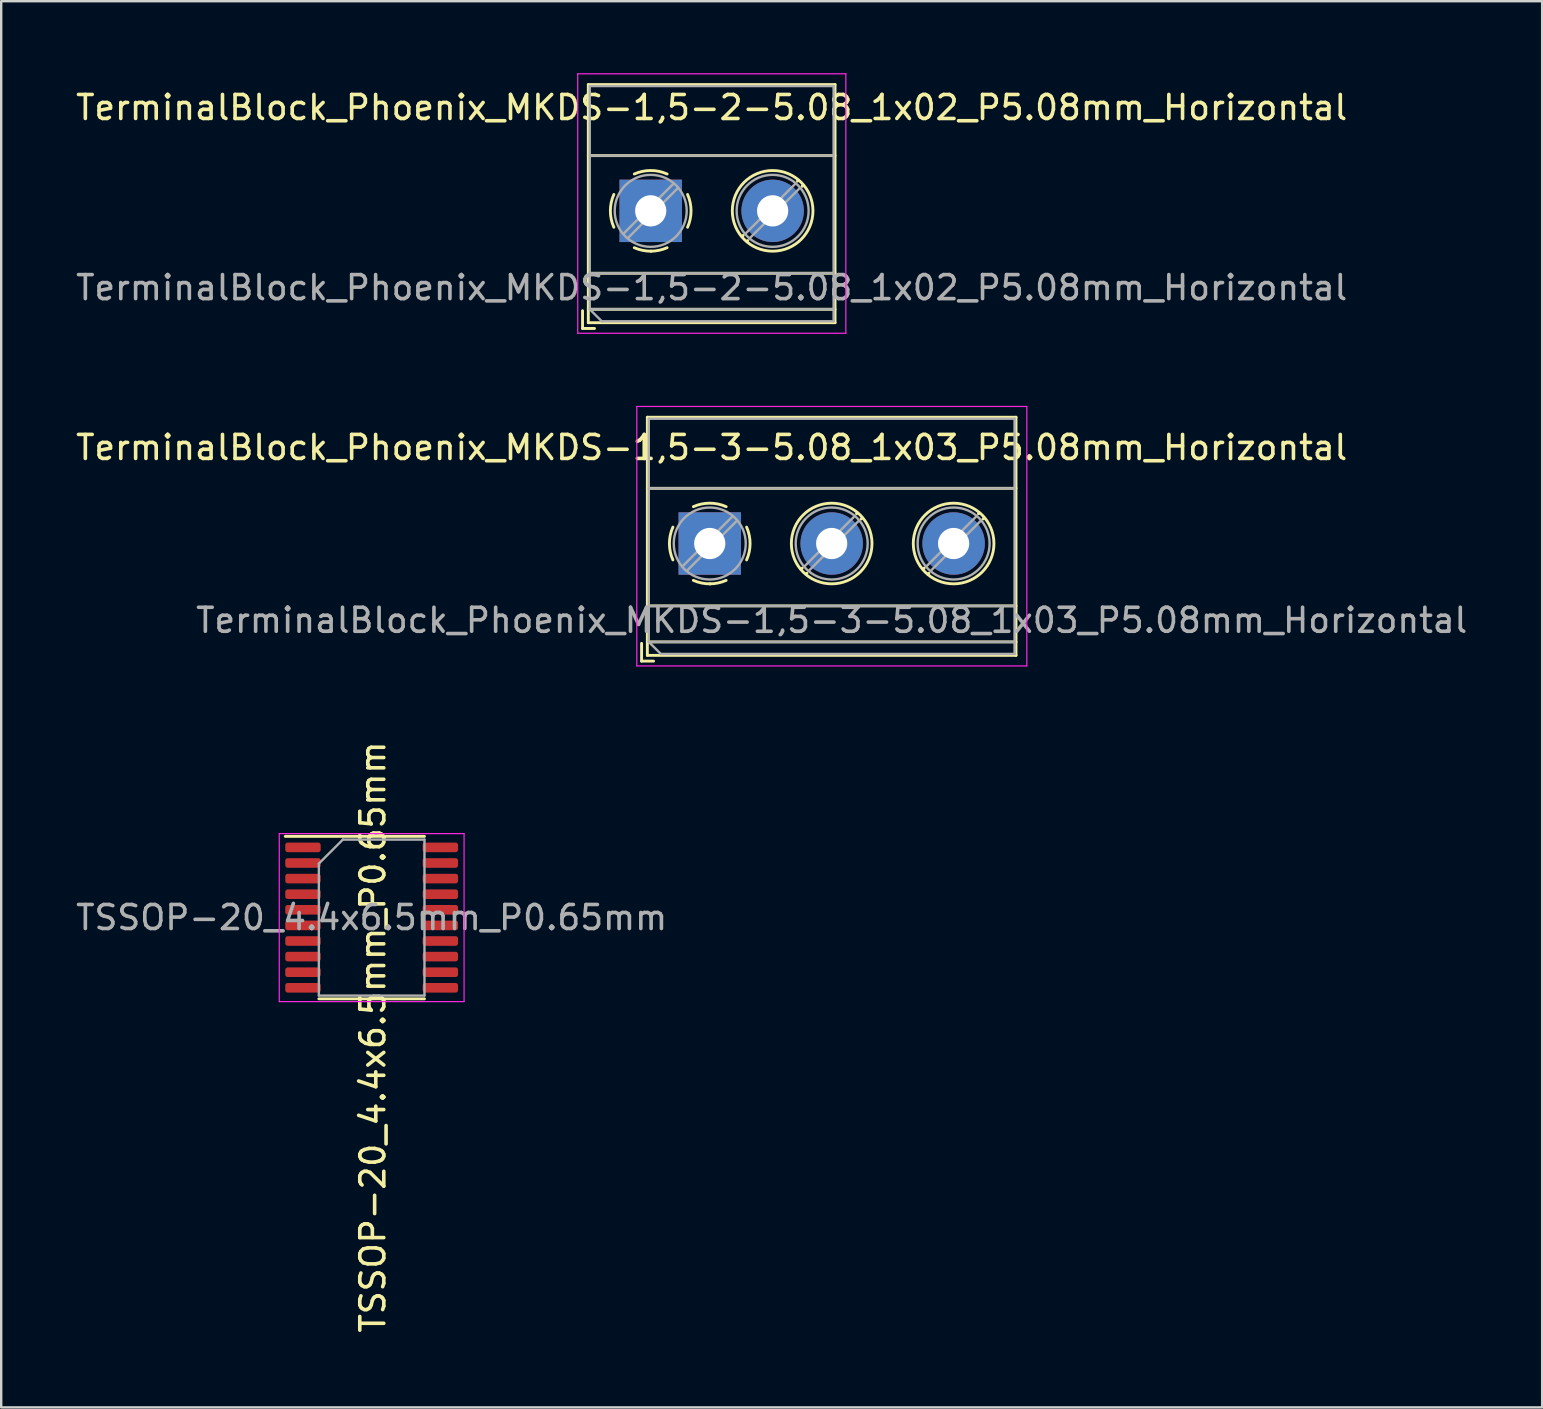
<source format=kicad_pcb>
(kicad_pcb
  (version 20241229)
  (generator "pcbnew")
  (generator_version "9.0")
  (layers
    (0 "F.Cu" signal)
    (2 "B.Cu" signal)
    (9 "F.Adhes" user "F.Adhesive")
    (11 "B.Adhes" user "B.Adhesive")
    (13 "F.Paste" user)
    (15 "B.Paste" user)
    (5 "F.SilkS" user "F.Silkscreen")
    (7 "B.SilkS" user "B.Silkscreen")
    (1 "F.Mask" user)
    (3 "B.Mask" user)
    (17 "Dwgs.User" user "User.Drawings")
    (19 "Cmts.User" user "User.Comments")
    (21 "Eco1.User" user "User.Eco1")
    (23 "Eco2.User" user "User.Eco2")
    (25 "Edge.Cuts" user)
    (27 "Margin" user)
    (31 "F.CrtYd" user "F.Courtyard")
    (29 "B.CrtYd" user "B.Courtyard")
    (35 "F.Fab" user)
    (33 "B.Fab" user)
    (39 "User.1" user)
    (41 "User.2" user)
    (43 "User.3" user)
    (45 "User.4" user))
  (footprint "TSSOP-20_4.4x6.5mm_P0.65mm"
    (layer "F.Cu")
    (at 12.435 35.18)
    (property "Reference" "TSSOP-20_4.4x6.5mm_P0.65mm" (at 0.05 4.975 90) (layer "F.SilkS") (effects (font (size 1 1) (thickness 0.15))))
    (attr smd)
    (fp_line (start 0 -3.385) (end -3.6 -3.385) (stroke (width 0.12) (type solid)) (layer "F.SilkS"))
    (fp_line (start 0 -3.385) (end 2.2 -3.385) (stroke (width 0.12) (type solid)) (layer "F.SilkS"))
    (fp_line (start 0 3.385) (end -2.2 3.385) (stroke (width 0.12) (type solid)) (layer "F.SilkS"))
    (fp_line (start 0 3.385) (end 2.2 3.385) (stroke (width 0.12) (type solid)) (layer "F.SilkS"))
    (fp_line (start -3.85 -3.5) (end -3.85 3.5) (stroke (width 0.05) (type solid)) (layer "F.CrtYd"))
    (fp_line (start -3.85 3.5) (end 3.85 3.5) (stroke (width 0.05) (type solid)) (layer "F.CrtYd"))
    (fp_line (start 3.85 -3.5) (end -3.85 -3.5) (stroke (width 0.05) (type solid)) (layer "F.CrtYd"))
    (fp_line (start 3.85 3.5) (end 3.85 -3.5) (stroke (width 0.05) (type solid)) (layer "F.CrtYd"))
    (fp_line (start -2.2 -2.25) (end -1.2 -3.25) (stroke (width 0.1) (type solid)) (layer "F.Fab"))
    (fp_line (start -2.2 3.25) (end -2.2 -2.25) (stroke (width 0.1) (type solid)) (layer "F.Fab"))
    (fp_line (start -1.2 -3.25) (end 2.2 -3.25) (stroke (width 0.1) (type solid)) (layer "F.Fab"))
    (fp_line (start 2.2 -3.25) (end 2.2 3.25) (stroke (width 0.1) (type solid)) (layer "F.Fab"))
    (fp_line (start 2.2 3.25) (end -2.2 3.25) (stroke (width 0.1) (type solid)) (layer "F.Fab"))
    (fp_text user "${REFERENCE}" (at 0 0 0) (layer "F.Fab") (effects (font (size 1 1) (thickness 0.15))))
    (pad "1" smd roundrect (at -2.862 -2.925 180) (size 1.475 0.4) (layers "F.Cu" "F.Mask" "F.Paste") (roundrect_rratio 0.25))
    (pad "2" smd roundrect (at -2.862 -2.275 180) (size 1.475 0.4) (layers "F.Cu" "F.Mask" "F.Paste") (roundrect_rratio 0.25))
    (pad "3" smd roundrect (at -2.862 -1.625 180) (size 1.475 0.4) (layers "F.Cu" "F.Mask" "F.Paste") (roundrect_rratio 0.25))
    (pad "4" smd roundrect (at -2.862 -0.975 180) (size 1.475 0.4) (layers "F.Cu" "F.Mask" "F.Paste") (roundrect_rratio 0.25))
    (pad "5" smd roundrect (at -2.862 -0.325 180) (size 1.475 0.4) (layers "F.Cu" "F.Mask" "F.Paste") (roundrect_rratio 0.25))
    (pad "6" smd roundrect (at -2.862 0.325 180) (size 1.475 0.4) (layers "F.Cu" "F.Mask" "F.Paste") (roundrect_rratio 0.25))
    (pad "7" smd roundrect (at -2.862 0.975 180) (size 1.475 0.4) (layers "F.Cu" "F.Mask" "F.Paste") (roundrect_rratio 0.25))
    (pad "8" smd roundrect (at -2.862 1.625 180) (size 1.475 0.4) (layers "F.Cu" "F.Mask" "F.Paste") (roundrect_rratio 0.25))
    (pad "9" smd roundrect (at -2.862 2.275 180) (size 1.475 0.4) (layers "F.Cu" "F.Mask" "F.Paste") (roundrect_rratio 0.25))
    (pad "10" smd roundrect (at -2.862 2.925 180) (size 1.475 0.4) (layers "F.Cu" "F.Mask" "F.Paste") (roundrect_rratio 0.25))
    (pad "11" smd roundrect (at 2.862 2.925 180) (size 1.475 0.4) (layers "F.Cu" "F.Mask" "F.Paste") (roundrect_rratio 0.25))
    (pad "12" smd roundrect (at 2.862 2.275 180) (size 1.475 0.4) (layers "F.Cu" "F.Mask" "F.Paste") (roundrect_rratio 0.25))
    (pad "13" smd roundrect (at 2.862 1.625 180) (size 1.475 0.4) (layers "F.Cu" "F.Mask" "F.Paste") (roundrect_rratio 0.25))
    (pad "14" smd roundrect (at 2.862 0.975 180) (size 1.475 0.4) (layers "F.Cu" "F.Mask" "F.Paste") (roundrect_rratio 0.25))
    (pad "15" smd roundrect (at 2.862 0.325 180) (size 1.475 0.4) (layers "F.Cu" "F.Mask" "F.Paste") (roundrect_rratio 0.25))
    (pad "16" smd roundrect (at 2.862 -0.325 180) (size 1.475 0.4) (layers "F.Cu" "F.Mask" "F.Paste") (roundrect_rratio 0.25))
    (pad "17" smd roundrect (at 2.862 -0.975 180) (size 1.475 0.4) (layers "F.Cu" "F.Mask" "F.Paste") (roundrect_rratio 0.25))
    (pad "18" smd roundrect (at 2.862 -1.625 180) (size 1.475 0.4) (layers "F.Cu" "F.Mask" "F.Paste") (roundrect_rratio 0.25))
    (pad "19" smd roundrect (at 2.862 -2.275 180) (size 1.475 0.4) (layers "F.Cu" "F.Mask" "F.Paste") (roundrect_rratio 0.25))
    (pad "20" smd roundrect (at 2.862 -2.925 180) (size 1.475 0.4) (layers "F.Cu" "F.Mask" "F.Paste") (roundrect_rratio 0.25)))
  (footprint "TerminalBlock_Phoenix_MKDS-1,5-3-5.08_1x03_P5.08mm_Horizontal"
    (layer "F.Cu")
    (at 26.521 19.595)
    (property "Reference" "TerminalBlock_Phoenix_MKDS-1,5-3-5.08_1x03_P5.08mm_Horizontal" (at 0.08 -4 0) (layer "F.SilkS") (effects (font (size 1 1) (thickness 0.15))))
    (attr through_hole)
    (fp_line (start -2.84 4.16) (end -2.84 4.9) (stroke (width 0.12) (type solid)) (layer "F.SilkS"))
    (fp_line (start -2.84 4.9) (end -2.34 4.9) (stroke (width 0.12) (type solid)) (layer "F.SilkS"))
    (fp_line (start -2.6 -5.261) (end -2.6 4.66) (stroke (width 0.12) (type solid)) (layer "F.SilkS"))
    (fp_line (start -2.6 -5.261) (end 12.76 -5.261) (stroke (width 0.12) (type solid)) (layer "F.SilkS"))
    (fp_line (start -2.6 -2.301) (end 12.76 -2.301) (stroke (width 0.12) (type solid)) (layer "F.SilkS"))
    (fp_line (start -2.6 2.6) (end 12.76 2.6) (stroke (width 0.12) (type solid)) (layer "F.SilkS"))
    (fp_line (start -2.6 4.1) (end 12.76 4.1) (stroke (width 0.12) (type solid)) (layer "F.SilkS"))
    (fp_line (start -2.6 4.66) (end 12.76 4.66) (stroke (width 0.12) (type solid)) (layer "F.SilkS"))
    (fp_line (start 3.853 1.023) (end 3.806 1.069) (stroke (width 0.12) (type solid)) (layer "F.SilkS"))
    (fp_line (start 4.046 1.239) (end 4.011 1.274) (stroke (width 0.12) (type solid)) (layer "F.SilkS"))
    (fp_line (start 6.15 -1.275) (end 6.115 -1.239) (stroke (width 0.12) (type solid)) (layer "F.SilkS"))
    (fp_line (start 6.355 -1.069) (end 6.308 -1.023) (stroke (width 0.12) (type solid)) (layer "F.SilkS"))
    (fp_line (start 8.933 1.023) (end 8.886 1.069) (stroke (width 0.12) (type solid)) (layer "F.SilkS"))
    (fp_line (start 9.126 1.239) (end 9.091 1.274) (stroke (width 0.12) (type solid)) (layer "F.SilkS"))
    (fp_line (start 11.23 -1.275) (end 11.195 -1.239) (stroke (width 0.12) (type solid)) (layer "F.SilkS"))
    (fp_line (start 11.435 -1.069) (end 11.388 -1.023) (stroke (width 0.12) (type solid)) (layer "F.SilkS"))
    (fp_line (start 12.76 -5.261) (end 12.76 4.66) (stroke (width 0.12) (type solid)) (layer "F.SilkS"))
    (fp_arc (start -1.535427 0.683042) (mid -1.680501 -0.000524) (end -1.535 -0.684) (stroke (width 0.12) (type solid)) (layer "F.SilkS"))
    (fp_arc (start -0.683042 -1.535427) (mid 0.000524 -1.680501) (end 0.684 -1.535) (stroke (width 0.12) (type solid)) (layer "F.SilkS"))
    (fp_arc (start 0.028805 1.680253) (mid -0.335551 1.646659) (end -0.684 1.535) (stroke (width 0.12) (type solid)) (layer "F.SilkS"))
    (fp_arc (start 0.683318 1.534756) (mid 0.349292 1.643288) (end 0 1.68) (stroke (width 0.12) (type solid)) (layer "F.SilkS"))
    (fp_arc (start 1.535427 -0.683042) (mid 1.680501 0.000524) (end 1.535 0.684) (stroke (width 0.12) (type solid)) (layer "F.SilkS"))
    (fp_circle (center 5.08 0) (end 6.76 0) (stroke (width 0.12) (type solid)) (fill no) (layer "F.SilkS"))
    (fp_circle (center 10.16 0) (end 11.84 0) (stroke (width 0.12) (type solid)) (fill no) (layer "F.SilkS"))
    (fp_line (start -3.04 -5.71) (end -3.04 5.1) (stroke (width 0.05) (type solid)) (layer "F.CrtYd"))
    (fp_line (start -3.04 5.1) (end 13.21 5.1) (stroke (width 0.05) (type solid)) (layer "F.CrtYd"))
    (fp_line (start 13.21 -5.71) (end -3.04 -5.71) (stroke (width 0.05) (type solid)) (layer "F.CrtYd"))
    (fp_line (start 13.21 5.1) (end 13.21 -5.71) (stroke (width 0.05) (type solid)) (layer "F.CrtYd"))
    (fp_line (start -2.54 -5.2) (end 12.7 -5.2) (stroke (width 0.1) (type solid)) (layer "F.Fab"))
    (fp_line (start -2.54 -2.3) (end 12.7 -2.3) (stroke (width 0.1) (type solid)) (layer "F.Fab"))
    (fp_line (start -2.54 2.6) (end 12.7 2.6) (stroke (width 0.1) (type solid)) (layer "F.Fab"))
    (fp_line (start -2.54 4.1) (end -2.54 -5.2) (stroke (width 0.1) (type solid)) (layer "F.Fab"))
    (fp_line (start -2.54 4.1) (end 12.7 4.1) (stroke (width 0.1) (type solid)) (layer "F.Fab"))
    (fp_line (start -2.04 4.6) (end -2.54 4.1) (stroke (width 0.1) (type solid)) (layer "F.Fab"))
    (fp_line (start 0.955 -1.138) (end -1.138 0.955) (stroke (width 0.1) (type solid)) (layer "F.Fab"))
    (fp_line (start 1.138 -0.955) (end -0.955 1.138) (stroke (width 0.1) (type solid)) (layer "F.Fab"))
    (fp_line (start 6.035 -1.138) (end 3.943 0.955) (stroke (width 0.1) (type solid)) (layer "F.Fab"))
    (fp_line (start 6.218 -0.955) (end 4.126 1.138) (stroke (width 0.1) (type solid)) (layer "F.Fab"))
    (fp_line (start 11.115 -1.138) (end 9.023 0.955) (stroke (width 0.1) (type solid)) (layer "F.Fab"))
    (fp_line (start 11.298 -0.955) (end 9.206 1.138) (stroke (width 0.1) (type solid)) (layer "F.Fab"))
    (fp_line (start 12.7 -5.2) (end 12.7 4.6) (stroke (width 0.1) (type solid)) (layer "F.Fab"))
    (fp_line (start 12.7 4.6) (end -2.04 4.6) (stroke (width 0.1) (type solid)) (layer "F.Fab"))
    (fp_circle (center 0 0) (end 1.5 0) (stroke (width 0.1) (type solid)) (fill no) (layer "F.Fab"))
    (fp_circle (center 5.08 0) (end 6.58 0) (stroke (width 0.1) (type solid)) (fill no) (layer "F.Fab"))
    (fp_circle (center 10.16 0) (end 11.66 0) (stroke (width 0.1) (type solid)) (fill no) (layer "F.Fab"))
    (fp_text user "${REFERENCE}" (at 5.08 3.2 0) (layer "F.Fab") (effects (font (size 1 1) (thickness 0.15))))
    (pad "1" thru_hole rect (at 0 0) (size 2.6 2.6) (drill 1.3) (layers "*.Cu" "*.Mask"))
    (pad "2" thru_hole circle (at 5.08 0) (size 2.6 2.6) (drill 1.3) (layers "*.Cu" "*.Mask"))
    (pad "3" thru_hole circle (at 10.16 0) (size 2.6 2.6) (drill 1.3) (layers "*.Cu" "*.Mask")))
  (footprint "TerminalBlock_Phoenix_MKDS-1,5-2-5.08_1x02_P5.08mm_Horizontal"
    (layer "F.Cu")
    (at 24.061 5.735)
    (property "Reference" "TerminalBlock_Phoenix_MKDS-1,5-2-5.08_1x02_P5.08mm_Horizontal" (at 2.54 -4.305 0) (layer "F.SilkS") (effects (font (size 1 1) (thickness 0.15))))
    (attr through_hole)
    (fp_line (start -2.84 4.16) (end -2.84 4.9) (stroke (width 0.12) (type solid)) (layer "F.SilkS"))
    (fp_line (start -2.84 4.9) (end -2.34 4.9) (stroke (width 0.12) (type solid)) (layer "F.SilkS"))
    (fp_line (start -2.6 -5.261) (end -2.6 4.66) (stroke (width 0.12) (type solid)) (layer "F.SilkS"))
    (fp_line (start -2.6 -5.261) (end 7.68 -5.261) (stroke (width 0.12) (type solid)) (layer "F.SilkS"))
    (fp_line (start -2.6 -2.301) (end 7.68 -2.301) (stroke (width 0.12) (type solid)) (layer "F.SilkS"))
    (fp_line (start -2.6 2.6) (end 7.68 2.6) (stroke (width 0.12) (type solid)) (layer "F.SilkS"))
    (fp_line (start -2.6 4.1) (end 7.68 4.1) (stroke (width 0.12) (type solid)) (layer "F.SilkS"))
    (fp_line (start -2.6 4.66) (end 7.68 4.66) (stroke (width 0.12) (type solid)) (layer "F.SilkS"))
    (fp_line (start 3.853 1.023) (end 3.806 1.069) (stroke (width 0.12) (type solid)) (layer "F.SilkS"))
    (fp_line (start 4.046 1.239) (end 4.011 1.274) (stroke (width 0.12) (type solid)) (layer "F.SilkS"))
    (fp_line (start 6.15 -1.275) (end 6.115 -1.239) (stroke (width 0.12) (type solid)) (layer "F.SilkS"))
    (fp_line (start 6.355 -1.069) (end 6.308 -1.023) (stroke (width 0.12) (type solid)) (layer "F.SilkS"))
    (fp_line (start 7.68 -5.261) (end 7.68 4.66) (stroke (width 0.12) (type solid)) (layer "F.SilkS"))
    (fp_arc (start -1.535427 0.683042) (mid -1.680501 -0.000524) (end -1.535 -0.684) (stroke (width 0.12) (type solid)) (layer "F.SilkS"))
    (fp_arc (start -0.683042 -1.535427) (mid 0.000524 -1.680501) (end 0.684 -1.535) (stroke (width 0.12) (type solid)) (layer "F.SilkS"))
    (fp_arc (start 0.028805 1.680253) (mid -0.335551 1.646659) (end -0.684 1.535) (stroke (width 0.12) (type solid)) (layer "F.SilkS"))
    (fp_arc (start 0.683318 1.534756) (mid 0.349292 1.643288) (end 0 1.68) (stroke (width 0.12) (type solid)) (layer "F.SilkS"))
    (fp_arc (start 1.535427 -0.683042) (mid 1.680501 0.000524) (end 1.535 0.684) (stroke (width 0.12) (type solid)) (layer "F.SilkS"))
    (fp_circle (center 5.08 0) (end 6.76 0) (stroke (width 0.12) (type solid)) (fill no) (layer "F.SilkS"))
    (fp_line (start -3.04 -5.71) (end -3.04 5.1) (stroke (width 0.05) (type solid)) (layer "F.CrtYd"))
    (fp_line (start -3.04 5.1) (end 8.13 5.1) (stroke (width 0.05) (type solid)) (layer "F.CrtYd"))
    (fp_line (start 8.13 -5.71) (end -3.04 -5.71) (stroke (width 0.05) (type solid)) (layer "F.CrtYd"))
    (fp_line (start 8.13 5.1) (end 8.13 -5.71) (stroke (width 0.05) (type solid)) (layer "F.CrtYd"))
    (fp_line (start -2.54 -5.2) (end 7.62 -5.2) (stroke (width 0.1) (type solid)) (layer "F.Fab"))
    (fp_line (start -2.54 -2.3) (end 7.62 -2.3) (stroke (width 0.1) (type solid)) (layer "F.Fab"))
    (fp_line (start -2.54 2.6) (end 7.62 2.6) (stroke (width 0.1) (type solid)) (layer "F.Fab"))
    (fp_line (start -2.54 4.1) (end -2.54 -5.2) (stroke (width 0.1) (type solid)) (layer "F.Fab"))
    (fp_line (start -2.54 4.1) (end 7.62 4.1) (stroke (width 0.1) (type solid)) (layer "F.Fab"))
    (fp_line (start -2.04 4.6) (end -2.54 4.1) (stroke (width 0.1) (type solid)) (layer "F.Fab"))
    (fp_line (start 0.955 -1.138) (end -1.138 0.955) (stroke (width 0.1) (type solid)) (layer "F.Fab"))
    (fp_line (start 1.138 -0.955) (end -0.955 1.138) (stroke (width 0.1) (type solid)) (layer "F.Fab"))
    (fp_line (start 6.035 -1.138) (end 3.943 0.955) (stroke (width 0.1) (type solid)) (layer "F.Fab"))
    (fp_line (start 6.218 -0.955) (end 4.126 1.138) (stroke (width 0.1) (type solid)) (layer "F.Fab"))
    (fp_line (start 7.62 -5.2) (end 7.62 4.6) (stroke (width 0.1) (type solid)) (layer "F.Fab"))
    (fp_line (start 7.62 4.6) (end -2.04 4.6) (stroke (width 0.1) (type solid)) (layer "F.Fab"))
    (fp_circle (center 0 0) (end 1.5 0) (stroke (width 0.1) (type solid)) (fill no) (layer "F.Fab"))
    (fp_circle (center 5.08 0) (end 6.58 0) (stroke (width 0.1) (type solid)) (fill no) (layer "F.Fab"))
    (fp_text user "${REFERENCE}" (at 2.54 3.2 0) (layer "F.Fab") (effects (font (size 1 1) (thickness 0.15))))
    (pad "1" thru_hole rect (at 0 0) (size 2.6 2.6) (drill 1.3) (layers "*.Cu" "*.Mask"))
    (pad "2" thru_hole circle (at 5.08 0) (size 2.6 2.6) (drill 1.3) (layers "*.Cu" "*.Mask")))
  (gr_rect
    (start -3 -3)
    (end 61.202 55.589)
    (stroke (width 0.1) (type default))
    (fill no)
    (layer "Edge.Cuts")))
</source>
